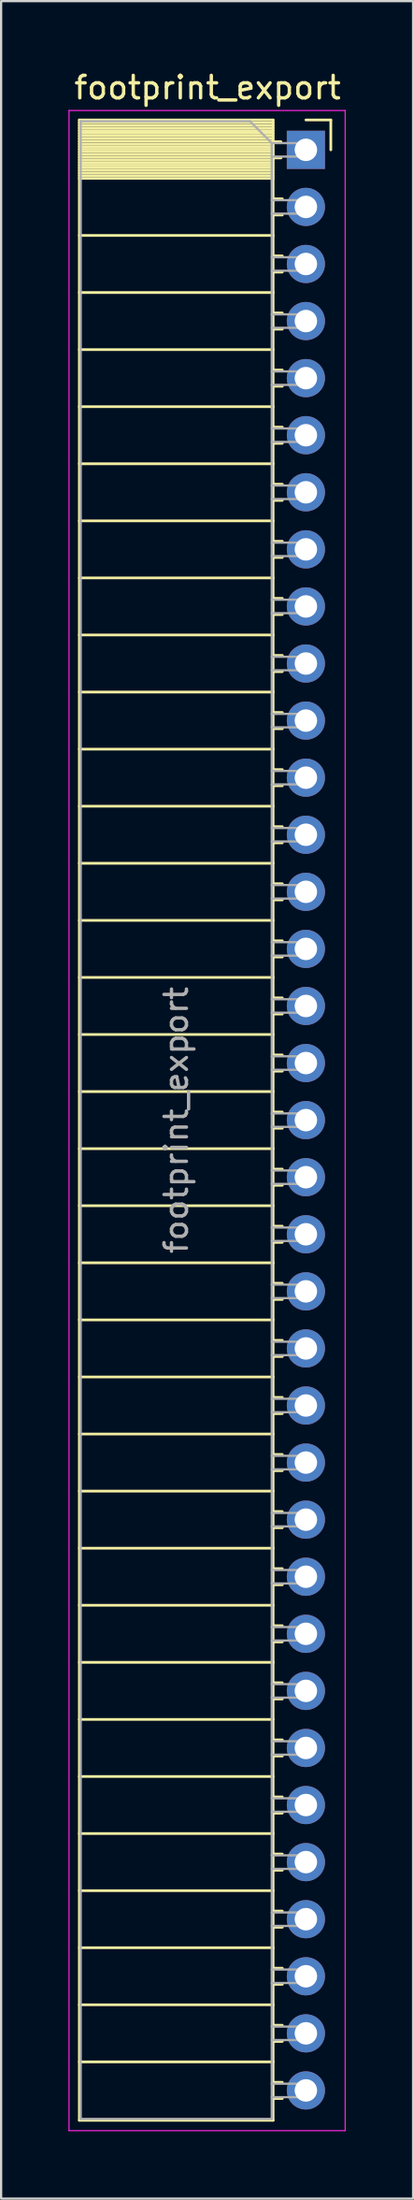
<source format=kicad_pcb>
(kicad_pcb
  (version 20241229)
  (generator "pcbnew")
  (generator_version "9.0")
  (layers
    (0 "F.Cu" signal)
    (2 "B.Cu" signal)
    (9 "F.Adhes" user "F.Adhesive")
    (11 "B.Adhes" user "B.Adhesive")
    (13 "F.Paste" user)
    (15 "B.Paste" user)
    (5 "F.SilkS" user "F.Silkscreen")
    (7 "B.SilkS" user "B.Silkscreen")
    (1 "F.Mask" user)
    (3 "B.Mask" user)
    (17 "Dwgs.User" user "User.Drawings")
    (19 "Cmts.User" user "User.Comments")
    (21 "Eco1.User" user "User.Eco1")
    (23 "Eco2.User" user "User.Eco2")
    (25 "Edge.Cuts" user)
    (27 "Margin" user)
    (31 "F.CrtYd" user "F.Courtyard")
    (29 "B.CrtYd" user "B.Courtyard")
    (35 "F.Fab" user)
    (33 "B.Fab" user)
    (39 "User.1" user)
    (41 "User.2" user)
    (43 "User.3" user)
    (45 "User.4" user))
  (footprint "footprint_export"
    (layer "F.Cu")
    (at 10.575 3.618)
    (property "Reference" "footprint_export" (at -4.38 -2.77 0) (layer "F.SilkS") (effects (font (size 1 1) (thickness 0.15))))
    (attr through_hole)
    (fp_line (start -10.09 -1.33) (end -10.09 87.69) (stroke (width 0.12) (type solid)) (layer "F.SilkS"))
    (fp_line (start -10.09 -1.33) (end -1.46 -1.33) (stroke (width 0.12) (type solid)) (layer "F.SilkS"))
    (fp_line (start -10.09 -1.21) (end -1.46 -1.21) (stroke (width 0.12) (type solid)) (layer "F.SilkS"))
    (fp_line (start -10.09 -1.092) (end -1.46 -1.092) (stroke (width 0.12) (type solid)) (layer "F.SilkS"))
    (fp_line (start -10.09 -0.974) (end -1.46 -0.974) (stroke (width 0.12) (type solid)) (layer "F.SilkS"))
    (fp_line (start -10.09 -0.856) (end -1.46 -0.856) (stroke (width 0.12) (type solid)) (layer "F.SilkS"))
    (fp_line (start -10.09 -0.738) (end -1.46 -0.738) (stroke (width 0.12) (type solid)) (layer "F.SilkS"))
    (fp_line (start -10.09 -0.62) (end -1.46 -0.62) (stroke (width 0.12) (type solid)) (layer "F.SilkS"))
    (fp_line (start -10.09 -0.501) (end -1.46 -0.501) (stroke (width 0.12) (type solid)) (layer "F.SilkS"))
    (fp_line (start -10.09 -0.383) (end -1.46 -0.383) (stroke (width 0.12) (type solid)) (layer "F.SilkS"))
    (fp_line (start -10.09 -0.265) (end -1.46 -0.265) (stroke (width 0.12) (type solid)) (layer "F.SilkS"))
    (fp_line (start -10.09 -0.147) (end -1.46 -0.147) (stroke (width 0.12) (type solid)) (layer "F.SilkS"))
    (fp_line (start -10.09 -0.029) (end -1.46 -0.029) (stroke (width 0.12) (type solid)) (layer "F.SilkS"))
    (fp_line (start -10.09 0.089) (end -1.46 0.089) (stroke (width 0.12) (type solid)) (layer "F.SilkS"))
    (fp_line (start -10.09 0.207) (end -1.46 0.207) (stroke (width 0.12) (type solid)) (layer "F.SilkS"))
    (fp_line (start -10.09 0.325) (end -1.46 0.325) (stroke (width 0.12) (type solid)) (layer "F.SilkS"))
    (fp_line (start -10.09 0.443) (end -1.46 0.443) (stroke (width 0.12) (type solid)) (layer "F.SilkS"))
    (fp_line (start -10.09 0.561) (end -1.46 0.561) (stroke (width 0.12) (type solid)) (layer "F.SilkS"))
    (fp_line (start -10.09 0.68) (end -1.46 0.68) (stroke (width 0.12) (type solid)) (layer "F.SilkS"))
    (fp_line (start -10.09 0.798) (end -1.46 0.798) (stroke (width 0.12) (type solid)) (layer "F.SilkS"))
    (fp_line (start -10.09 0.916) (end -1.46 0.916) (stroke (width 0.12) (type solid)) (layer "F.SilkS"))
    (fp_line (start -10.09 1.034) (end -1.46 1.034) (stroke (width 0.12) (type solid)) (layer "F.SilkS"))
    (fp_line (start -10.09 1.152) (end -1.46 1.152) (stroke (width 0.12) (type solid)) (layer "F.SilkS"))
    (fp_line (start -10.09 1.27) (end -1.46 1.27) (stroke (width 0.12) (type solid)) (layer "F.SilkS"))
    (fp_line (start -10.09 3.81) (end -1.46 3.81) (stroke (width 0.12) (type solid)) (layer "F.SilkS"))
    (fp_line (start -10.09 6.35) (end -1.46 6.35) (stroke (width 0.12) (type solid)) (layer "F.SilkS"))
    (fp_line (start -10.09 8.89) (end -1.46 8.89) (stroke (width 0.12) (type solid)) (layer "F.SilkS"))
    (fp_line (start -10.09 11.43) (end -1.46 11.43) (stroke (width 0.12) (type solid)) (layer "F.SilkS"))
    (fp_line (start -10.09 13.97) (end -1.46 13.97) (stroke (width 0.12) (type solid)) (layer "F.SilkS"))
    (fp_line (start -10.09 16.51) (end -1.46 16.51) (stroke (width 0.12) (type solid)) (layer "F.SilkS"))
    (fp_line (start -10.09 19.05) (end -1.46 19.05) (stroke (width 0.12) (type solid)) (layer "F.SilkS"))
    (fp_line (start -10.09 21.59) (end -1.46 21.59) (stroke (width 0.12) (type solid)) (layer "F.SilkS"))
    (fp_line (start -10.09 24.13) (end -1.46 24.13) (stroke (width 0.12) (type solid)) (layer "F.SilkS"))
    (fp_line (start -10.09 26.67) (end -1.46 26.67) (stroke (width 0.12) (type solid)) (layer "F.SilkS"))
    (fp_line (start -10.09 29.21) (end -1.46 29.21) (stroke (width 0.12) (type solid)) (layer "F.SilkS"))
    (fp_line (start -10.09 31.75) (end -1.46 31.75) (stroke (width 0.12) (type solid)) (layer "F.SilkS"))
    (fp_line (start -10.09 34.29) (end -1.46 34.29) (stroke (width 0.12) (type solid)) (layer "F.SilkS"))
    (fp_line (start -10.09 36.83) (end -1.46 36.83) (stroke (width 0.12) (type solid)) (layer "F.SilkS"))
    (fp_line (start -10.09 39.37) (end -1.46 39.37) (stroke (width 0.12) (type solid)) (layer "F.SilkS"))
    (fp_line (start -10.09 41.91) (end -1.46 41.91) (stroke (width 0.12) (type solid)) (layer "F.SilkS"))
    (fp_line (start -10.09 44.45) (end -1.46 44.45) (stroke (width 0.12) (type solid)) (layer "F.SilkS"))
    (fp_line (start -10.09 46.99) (end -1.46 46.99) (stroke (width 0.12) (type solid)) (layer "F.SilkS"))
    (fp_line (start -10.09 49.53) (end -1.46 49.53) (stroke (width 0.12) (type solid)) (layer "F.SilkS"))
    (fp_line (start -10.09 52.07) (end -1.46 52.07) (stroke (width 0.12) (type solid)) (layer "F.SilkS"))
    (fp_line (start -10.09 54.61) (end -1.46 54.61) (stroke (width 0.12) (type solid)) (layer "F.SilkS"))
    (fp_line (start -10.09 57.15) (end -1.46 57.15) (stroke (width 0.12) (type solid)) (layer "F.SilkS"))
    (fp_line (start -10.09 59.69) (end -1.46 59.69) (stroke (width 0.12) (type solid)) (layer "F.SilkS"))
    (fp_line (start -10.09 62.23) (end -1.46 62.23) (stroke (width 0.12) (type solid)) (layer "F.SilkS"))
    (fp_line (start -10.09 64.77) (end -1.46 64.77) (stroke (width 0.12) (type solid)) (layer "F.SilkS"))
    (fp_line (start -10.09 67.31) (end -1.46 67.31) (stroke (width 0.12) (type solid)) (layer "F.SilkS"))
    (fp_line (start -10.09 69.85) (end -1.46 69.85) (stroke (width 0.12) (type solid)) (layer "F.SilkS"))
    (fp_line (start -10.09 72.39) (end -1.46 72.39) (stroke (width 0.12) (type solid)) (layer "F.SilkS"))
    (fp_line (start -10.09 74.93) (end -1.46 74.93) (stroke (width 0.12) (type solid)) (layer "F.SilkS"))
    (fp_line (start -10.09 77.47) (end -1.46 77.47) (stroke (width 0.12) (type solid)) (layer "F.SilkS"))
    (fp_line (start -10.09 80.01) (end -1.46 80.01) (stroke (width 0.12) (type solid)) (layer "F.SilkS"))
    (fp_line (start -10.09 82.55) (end -1.46 82.55) (stroke (width 0.12) (type solid)) (layer "F.SilkS"))
    (fp_line (start -10.09 85.09) (end -1.46 85.09) (stroke (width 0.12) (type solid)) (layer "F.SilkS"))
    (fp_line (start -10.09 87.69) (end -1.46 87.69) (stroke (width 0.12) (type solid)) (layer "F.SilkS"))
    (fp_line (start -1.46 -1.33) (end -1.46 87.69) (stroke (width 0.12) (type solid)) (layer "F.SilkS"))
    (fp_line (start -1.46 -0.36) (end -1.11 -0.36) (stroke (width 0.12) (type solid)) (layer "F.SilkS"))
    (fp_line (start -1.46 0.36) (end -1.11 0.36) (stroke (width 0.12) (type solid)) (layer "F.SilkS"))
    (fp_line (start -1.46 2.18) (end -1.05 2.18) (stroke (width 0.12) (type solid)) (layer "F.SilkS"))
    (fp_line (start -1.46 2.9) (end -1.05 2.9) (stroke (width 0.12) (type solid)) (layer "F.SilkS"))
    (fp_line (start -1.46 4.72) (end -1.05 4.72) (stroke (width 0.12) (type solid)) (layer "F.SilkS"))
    (fp_line (start -1.46 5.44) (end -1.05 5.44) (stroke (width 0.12) (type solid)) (layer "F.SilkS"))
    (fp_line (start -1.46 7.26) (end -1.05 7.26) (stroke (width 0.12) (type solid)) (layer "F.SilkS"))
    (fp_line (start -1.46 7.98) (end -1.05 7.98) (stroke (width 0.12) (type solid)) (layer "F.SilkS"))
    (fp_line (start -1.46 9.8) (end -1.05 9.8) (stroke (width 0.12) (type solid)) (layer "F.SilkS"))
    (fp_line (start -1.46 10.52) (end -1.05 10.52) (stroke (width 0.12) (type solid)) (layer "F.SilkS"))
    (fp_line (start -1.46 12.34) (end -1.05 12.34) (stroke (width 0.12) (type solid)) (layer "F.SilkS"))
    (fp_line (start -1.46 13.06) (end -1.05 13.06) (stroke (width 0.12) (type solid)) (layer "F.SilkS"))
    (fp_line (start -1.46 14.88) (end -1.05 14.88) (stroke (width 0.12) (type solid)) (layer "F.SilkS"))
    (fp_line (start -1.46 15.6) (end -1.05 15.6) (stroke (width 0.12) (type solid)) (layer "F.SilkS"))
    (fp_line (start -1.46 17.42) (end -1.05 17.42) (stroke (width 0.12) (type solid)) (layer "F.SilkS"))
    (fp_line (start -1.46 18.14) (end -1.05 18.14) (stroke (width 0.12) (type solid)) (layer "F.SilkS"))
    (fp_line (start -1.46 19.96) (end -1.05 19.96) (stroke (width 0.12) (type solid)) (layer "F.SilkS"))
    (fp_line (start -1.46 20.68) (end -1.05 20.68) (stroke (width 0.12) (type solid)) (layer "F.SilkS"))
    (fp_line (start -1.46 22.5) (end -1.05 22.5) (stroke (width 0.12) (type solid)) (layer "F.SilkS"))
    (fp_line (start -1.46 23.22) (end -1.05 23.22) (stroke (width 0.12) (type solid)) (layer "F.SilkS"))
    (fp_line (start -1.46 25.04) (end -1.05 25.04) (stroke (width 0.12) (type solid)) (layer "F.SilkS"))
    (fp_line (start -1.46 25.76) (end -1.05 25.76) (stroke (width 0.12) (type solid)) (layer "F.SilkS"))
    (fp_line (start -1.46 27.58) (end -1.05 27.58) (stroke (width 0.12) (type solid)) (layer "F.SilkS"))
    (fp_line (start -1.46 28.3) (end -1.05 28.3) (stroke (width 0.12) (type solid)) (layer "F.SilkS"))
    (fp_line (start -1.46 30.12) (end -1.05 30.12) (stroke (width 0.12) (type solid)) (layer "F.SilkS"))
    (fp_line (start -1.46 30.84) (end -1.05 30.84) (stroke (width 0.12) (type solid)) (layer "F.SilkS"))
    (fp_line (start -1.46 32.66) (end -1.05 32.66) (stroke (width 0.12) (type solid)) (layer "F.SilkS"))
    (fp_line (start -1.46 33.38) (end -1.05 33.38) (stroke (width 0.12) (type solid)) (layer "F.SilkS"))
    (fp_line (start -1.46 35.2) (end -1.05 35.2) (stroke (width 0.12) (type solid)) (layer "F.SilkS"))
    (fp_line (start -1.46 35.92) (end -1.05 35.92) (stroke (width 0.12) (type solid)) (layer "F.SilkS"))
    (fp_line (start -1.46 37.74) (end -1.05 37.74) (stroke (width 0.12) (type solid)) (layer "F.SilkS"))
    (fp_line (start -1.46 38.46) (end -1.05 38.46) (stroke (width 0.12) (type solid)) (layer "F.SilkS"))
    (fp_line (start -1.46 40.28) (end -1.05 40.28) (stroke (width 0.12) (type solid)) (layer "F.SilkS"))
    (fp_line (start -1.46 41) (end -1.05 41) (stroke (width 0.12) (type solid)) (layer "F.SilkS"))
    (fp_line (start -1.46 42.82) (end -1.05 42.82) (stroke (width 0.12) (type solid)) (layer "F.SilkS"))
    (fp_line (start -1.46 43.54) (end -1.05 43.54) (stroke (width 0.12) (type solid)) (layer "F.SilkS"))
    (fp_line (start -1.46 45.36) (end -1.05 45.36) (stroke (width 0.12) (type solid)) (layer "F.SilkS"))
    (fp_line (start -1.46 46.08) (end -1.05 46.08) (stroke (width 0.12) (type solid)) (layer "F.SilkS"))
    (fp_line (start -1.46 47.9) (end -1.05 47.9) (stroke (width 0.12) (type solid)) (layer "F.SilkS"))
    (fp_line (start -1.46 48.62) (end -1.05 48.62) (stroke (width 0.12) (type solid)) (layer "F.SilkS"))
    (fp_line (start -1.46 50.44) (end -1.05 50.44) (stroke (width 0.12) (type solid)) (layer "F.SilkS"))
    (fp_line (start -1.46 51.16) (end -1.05 51.16) (stroke (width 0.12) (type solid)) (layer "F.SilkS"))
    (fp_line (start -1.46 52.98) (end -1.05 52.98) (stroke (width 0.12) (type solid)) (layer "F.SilkS"))
    (fp_line (start -1.46 53.7) (end -1.05 53.7) (stroke (width 0.12) (type solid)) (layer "F.SilkS"))
    (fp_line (start -1.46 55.52) (end -1.05 55.52) (stroke (width 0.12) (type solid)) (layer "F.SilkS"))
    (fp_line (start -1.46 56.24) (end -1.05 56.24) (stroke (width 0.12) (type solid)) (layer "F.SilkS"))
    (fp_line (start -1.46 58.06) (end -1.05 58.06) (stroke (width 0.12) (type solid)) (layer "F.SilkS"))
    (fp_line (start -1.46 58.78) (end -1.05 58.78) (stroke (width 0.12) (type solid)) (layer "F.SilkS"))
    (fp_line (start -1.46 60.6) (end -1.05 60.6) (stroke (width 0.12) (type solid)) (layer "F.SilkS"))
    (fp_line (start -1.46 61.32) (end -1.05 61.32) (stroke (width 0.12) (type solid)) (layer "F.SilkS"))
    (fp_line (start -1.46 63.14) (end -1.05 63.14) (stroke (width 0.12) (type solid)) (layer "F.SilkS"))
    (fp_line (start -1.46 63.86) (end -1.05 63.86) (stroke (width 0.12) (type solid)) (layer "F.SilkS"))
    (fp_line (start -1.46 65.68) (end -1.05 65.68) (stroke (width 0.12) (type solid)) (layer "F.SilkS"))
    (fp_line (start -1.46 66.4) (end -1.05 66.4) (stroke (width 0.12) (type solid)) (layer "F.SilkS"))
    (fp_line (start -1.46 68.22) (end -1.05 68.22) (stroke (width 0.12) (type solid)) (layer "F.SilkS"))
    (fp_line (start -1.46 68.94) (end -1.05 68.94) (stroke (width 0.12) (type solid)) (layer "F.SilkS"))
    (fp_line (start -1.46 70.76) (end -1.05 70.76) (stroke (width 0.12) (type solid)) (layer "F.SilkS"))
    (fp_line (start -1.46 71.48) (end -1.05 71.48) (stroke (width 0.12) (type solid)) (layer "F.SilkS"))
    (fp_line (start -1.46 73.3) (end -1.05 73.3) (stroke (width 0.12) (type solid)) (layer "F.SilkS"))
    (fp_line (start -1.46 74.02) (end -1.05 74.02) (stroke (width 0.12) (type solid)) (layer "F.SilkS"))
    (fp_line (start -1.46 75.84) (end -1.05 75.84) (stroke (width 0.12) (type solid)) (layer "F.SilkS"))
    (fp_line (start -1.46 76.56) (end -1.05 76.56) (stroke (width 0.12) (type solid)) (layer "F.SilkS"))
    (fp_line (start -1.46 78.38) (end -1.05 78.38) (stroke (width 0.12) (type solid)) (layer "F.SilkS"))
    (fp_line (start -1.46 79.1) (end -1.05 79.1) (stroke (width 0.12) (type solid)) (layer "F.SilkS"))
    (fp_line (start -1.46 80.92) (end -1.05 80.92) (stroke (width 0.12) (type solid)) (layer "F.SilkS"))
    (fp_line (start -1.46 81.64) (end -1.05 81.64) (stroke (width 0.12) (type solid)) (layer "F.SilkS"))
    (fp_line (start -1.46 83.46) (end -1.05 83.46) (stroke (width 0.12) (type solid)) (layer "F.SilkS"))
    (fp_line (start -1.46 84.18) (end -1.05 84.18) (stroke (width 0.12) (type solid)) (layer "F.SilkS"))
    (fp_line (start -1.46 86) (end -1.05 86) (stroke (width 0.12) (type solid)) (layer "F.SilkS"))
    (fp_line (start -1.46 86.72) (end -1.05 86.72) (stroke (width 0.12) (type solid)) (layer "F.SilkS"))
    (fp_line (start 0 -1.33) (end 1.11 -1.33) (stroke (width 0.12) (type solid)) (layer "F.SilkS"))
    (fp_line (start 1.11 -1.33) (end 1.11 0) (stroke (width 0.12) (type solid)) (layer "F.SilkS"))
    (fp_line (start -10.55 -1.75) (end -10.55 88.15) (stroke (width 0.05) (type solid)) (layer "F.CrtYd"))
    (fp_line (start -10.55 88.15) (end 1.75 88.15) (stroke (width 0.05) (type solid)) (layer "F.CrtYd"))
    (fp_line (start 1.75 -1.75) (end -10.55 -1.75) (stroke (width 0.05) (type solid)) (layer "F.CrtYd"))
    (fp_line (start 1.75 88.15) (end 1.75 -1.75) (stroke (width 0.05) (type solid)) (layer "F.CrtYd"))
    (fp_line (start -10.03 -1.27) (end -2.49 -1.27) (stroke (width 0.1) (type solid)) (layer "F.Fab"))
    (fp_line (start -10.03 87.63) (end -10.03 -1.27) (stroke (width 0.1) (type solid)) (layer "F.Fab"))
    (fp_line (start -2.49 -1.27) (end -1.52 -0.3) (stroke (width 0.1) (type solid)) (layer "F.Fab"))
    (fp_line (start -1.52 -0.3) (end -1.52 87.63) (stroke (width 0.1) (type solid)) (layer "F.Fab"))
    (fp_line (start -1.52 0.3) (end 0 0.3) (stroke (width 0.1) (type solid)) (layer "F.Fab"))
    (fp_line (start -1.52 2.84) (end 0 2.84) (stroke (width 0.1) (type solid)) (layer "F.Fab"))
    (fp_line (start -1.52 5.38) (end 0 5.38) (stroke (width 0.1) (type solid)) (layer "F.Fab"))
    (fp_line (start -1.52 7.92) (end 0 7.92) (stroke (width 0.1) (type solid)) (layer "F.Fab"))
    (fp_line (start -1.52 10.46) (end 0 10.46) (stroke (width 0.1) (type solid)) (layer "F.Fab"))
    (fp_line (start -1.52 13) (end 0 13) (stroke (width 0.1) (type solid)) (layer "F.Fab"))
    (fp_line (start -1.52 15.54) (end 0 15.54) (stroke (width 0.1) (type solid)) (layer "F.Fab"))
    (fp_line (start -1.52 18.08) (end 0 18.08) (stroke (width 0.1) (type solid)) (layer "F.Fab"))
    (fp_line (start -1.52 20.62) (end 0 20.62) (stroke (width 0.1) (type solid)) (layer "F.Fab"))
    (fp_line (start -1.52 23.16) (end 0 23.16) (stroke (width 0.1) (type solid)) (layer "F.Fab"))
    (fp_line (start -1.52 25.7) (end 0 25.7) (stroke (width 0.1) (type solid)) (layer "F.Fab"))
    (fp_line (start -1.52 28.24) (end 0 28.24) (stroke (width 0.1) (type solid)) (layer "F.Fab"))
    (fp_line (start -1.52 30.78) (end 0 30.78) (stroke (width 0.1) (type solid)) (layer "F.Fab"))
    (fp_line (start -1.52 33.32) (end 0 33.32) (stroke (width 0.1) (type solid)) (layer "F.Fab"))
    (fp_line (start -1.52 35.86) (end 0 35.86) (stroke (width 0.1) (type solid)) (layer "F.Fab"))
    (fp_line (start -1.52 38.4) (end 0 38.4) (stroke (width 0.1) (type solid)) (layer "F.Fab"))
    (fp_line (start -1.52 40.94) (end 0 40.94) (stroke (width 0.1) (type solid)) (layer "F.Fab"))
    (fp_line (start -1.52 43.48) (end 0 43.48) (stroke (width 0.1) (type solid)) (layer "F.Fab"))
    (fp_line (start -1.52 46.02) (end 0 46.02) (stroke (width 0.1) (type solid)) (layer "F.Fab"))
    (fp_line (start -1.52 48.56) (end 0 48.56) (stroke (width 0.1) (type solid)) (layer "F.Fab"))
    (fp_line (start -1.52 51.1) (end 0 51.1) (stroke (width 0.1) (type solid)) (layer "F.Fab"))
    (fp_line (start -1.52 53.64) (end 0 53.64) (stroke (width 0.1) (type solid)) (layer "F.Fab"))
    (fp_line (start -1.52 56.18) (end 0 56.18) (stroke (width 0.1) (type solid)) (layer "F.Fab"))
    (fp_line (start -1.52 58.72) (end 0 58.72) (stroke (width 0.1) (type solid)) (layer "F.Fab"))
    (fp_line (start -1.52 61.26) (end 0 61.26) (stroke (width 0.1) (type solid)) (layer "F.Fab"))
    (fp_line (start -1.52 63.8) (end 0 63.8) (stroke (width 0.1) (type solid)) (layer "F.Fab"))
    (fp_line (start -1.52 66.34) (end 0 66.34) (stroke (width 0.1) (type solid)) (layer "F.Fab"))
    (fp_line (start -1.52 68.88) (end 0 68.88) (stroke (width 0.1) (type solid)) (layer "F.Fab"))
    (fp_line (start -1.52 71.42) (end 0 71.42) (stroke (width 0.1) (type solid)) (layer "F.Fab"))
    (fp_line (start -1.52 73.96) (end 0 73.96) (stroke (width 0.1) (type solid)) (layer "F.Fab"))
    (fp_line (start -1.52 76.5) (end 0 76.5) (stroke (width 0.1) (type solid)) (layer "F.Fab"))
    (fp_line (start -1.52 79.04) (end 0 79.04) (stroke (width 0.1) (type solid)) (layer "F.Fab"))
    (fp_line (start -1.52 81.58) (end 0 81.58) (stroke (width 0.1) (type solid)) (layer "F.Fab"))
    (fp_line (start -1.52 84.12) (end 0 84.12) (stroke (width 0.1) (type solid)) (layer "F.Fab"))
    (fp_line (start -1.52 86.66) (end 0 86.66) (stroke (width 0.1) (type solid)) (layer "F.Fab"))
    (fp_line (start -1.52 87.63) (end -10.03 87.63) (stroke (width 0.1) (type solid)) (layer "F.Fab"))
    (fp_line (start 0 -0.3) (end -1.52 -0.3) (stroke (width 0.1) (type solid)) (layer "F.Fab"))
    (fp_line (start 0 0.3) (end 0 -0.3) (stroke (width 0.1) (type solid)) (layer "F.Fab"))
    (fp_line (start 0 2.24) (end -1.52 2.24) (stroke (width 0.1) (type solid)) (layer "F.Fab"))
    (fp_line (start 0 2.84) (end 0 2.24) (stroke (width 0.1) (type solid)) (layer "F.Fab"))
    (fp_line (start 0 4.78) (end -1.52 4.78) (stroke (width 0.1) (type solid)) (layer "F.Fab"))
    (fp_line (start 0 5.38) (end 0 4.78) (stroke (width 0.1) (type solid)) (layer "F.Fab"))
    (fp_line (start 0 7.32) (end -1.52 7.32) (stroke (width 0.1) (type solid)) (layer "F.Fab"))
    (fp_line (start 0 7.92) (end 0 7.32) (stroke (width 0.1) (type solid)) (layer "F.Fab"))
    (fp_line (start 0 9.86) (end -1.52 9.86) (stroke (width 0.1) (type solid)) (layer "F.Fab"))
    (fp_line (start 0 10.46) (end 0 9.86) (stroke (width 0.1) (type solid)) (layer "F.Fab"))
    (fp_line (start 0 12.4) (end -1.52 12.4) (stroke (width 0.1) (type solid)) (layer "F.Fab"))
    (fp_line (start 0 13) (end 0 12.4) (stroke (width 0.1) (type solid)) (layer "F.Fab"))
    (fp_line (start 0 14.94) (end -1.52 14.94) (stroke (width 0.1) (type solid)) (layer "F.Fab"))
    (fp_line (start 0 15.54) (end 0 14.94) (stroke (width 0.1) (type solid)) (layer "F.Fab"))
    (fp_line (start 0 17.48) (end -1.52 17.48) (stroke (width 0.1) (type solid)) (layer "F.Fab"))
    (fp_line (start 0 18.08) (end 0 17.48) (stroke (width 0.1) (type solid)) (layer "F.Fab"))
    (fp_line (start 0 20.02) (end -1.52 20.02) (stroke (width 0.1) (type solid)) (layer "F.Fab"))
    (fp_line (start 0 20.62) (end 0 20.02) (stroke (width 0.1) (type solid)) (layer "F.Fab"))
    (fp_line (start 0 22.56) (end -1.52 22.56) (stroke (width 0.1) (type solid)) (layer "F.Fab"))
    (fp_line (start 0 23.16) (end 0 22.56) (stroke (width 0.1) (type solid)) (layer "F.Fab"))
    (fp_line (start 0 25.1) (end -1.52 25.1) (stroke (width 0.1) (type solid)) (layer "F.Fab"))
    (fp_line (start 0 25.7) (end 0 25.1) (stroke (width 0.1) (type solid)) (layer "F.Fab"))
    (fp_line (start 0 27.64) (end -1.52 27.64) (stroke (width 0.1) (type solid)) (layer "F.Fab"))
    (fp_line (start 0 28.24) (end 0 27.64) (stroke (width 0.1) (type solid)) (layer "F.Fab"))
    (fp_line (start 0 30.18) (end -1.52 30.18) (stroke (width 0.1) (type solid)) (layer "F.Fab"))
    (fp_line (start 0 30.78) (end 0 30.18) (stroke (width 0.1) (type solid)) (layer "F.Fab"))
    (fp_line (start 0 32.72) (end -1.52 32.72) (stroke (width 0.1) (type solid)) (layer "F.Fab"))
    (fp_line (start 0 33.32) (end 0 32.72) (stroke (width 0.1) (type solid)) (layer "F.Fab"))
    (fp_line (start 0 35.26) (end -1.52 35.26) (stroke (width 0.1) (type solid)) (layer "F.Fab"))
    (fp_line (start 0 35.86) (end 0 35.26) (stroke (width 0.1) (type solid)) (layer "F.Fab"))
    (fp_line (start 0 37.8) (end -1.52 37.8) (stroke (width 0.1) (type solid)) (layer "F.Fab"))
    (fp_line (start 0 38.4) (end 0 37.8) (stroke (width 0.1) (type solid)) (layer "F.Fab"))
    (fp_line (start 0 40.34) (end -1.52 40.34) (stroke (width 0.1) (type solid)) (layer "F.Fab"))
    (fp_line (start 0 40.94) (end 0 40.34) (stroke (width 0.1) (type solid)) (layer "F.Fab"))
    (fp_line (start 0 42.88) (end -1.52 42.88) (stroke (width 0.1) (type solid)) (layer "F.Fab"))
    (fp_line (start 0 43.48) (end 0 42.88) (stroke (width 0.1) (type solid)) (layer "F.Fab"))
    (fp_line (start 0 45.42) (end -1.52 45.42) (stroke (width 0.1) (type solid)) (layer "F.Fab"))
    (fp_line (start 0 46.02) (end 0 45.42) (stroke (width 0.1) (type solid)) (layer "F.Fab"))
    (fp_line (start 0 47.96) (end -1.52 47.96) (stroke (width 0.1) (type solid)) (layer "F.Fab"))
    (fp_line (start 0 48.56) (end 0 47.96) (stroke (width 0.1) (type solid)) (layer "F.Fab"))
    (fp_line (start 0 50.5) (end -1.52 50.5) (stroke (width 0.1) (type solid)) (layer "F.Fab"))
    (fp_line (start 0 51.1) (end 0 50.5) (stroke (width 0.1) (type solid)) (layer "F.Fab"))
    (fp_line (start 0 53.04) (end -1.52 53.04) (stroke (width 0.1) (type solid)) (layer "F.Fab"))
    (fp_line (start 0 53.64) (end 0 53.04) (stroke (width 0.1) (type solid)) (layer "F.Fab"))
    (fp_line (start 0 55.58) (end -1.52 55.58) (stroke (width 0.1) (type solid)) (layer "F.Fab"))
    (fp_line (start 0 56.18) (end 0 55.58) (stroke (width 0.1) (type solid)) (layer "F.Fab"))
    (fp_line (start 0 58.12) (end -1.52 58.12) (stroke (width 0.1) (type solid)) (layer "F.Fab"))
    (fp_line (start 0 58.72) (end 0 58.12) (stroke (width 0.1) (type solid)) (layer "F.Fab"))
    (fp_line (start 0 60.66) (end -1.52 60.66) (stroke (width 0.1) (type solid)) (layer "F.Fab"))
    (fp_line (start 0 61.26) (end 0 60.66) (stroke (width 0.1) (type solid)) (layer "F.Fab"))
    (fp_line (start 0 63.2) (end -1.52 63.2) (stroke (width 0.1) (type solid)) (layer "F.Fab"))
    (fp_line (start 0 63.8) (end 0 63.2) (stroke (width 0.1) (type solid)) (layer "F.Fab"))
    (fp_line (start 0 65.74) (end -1.52 65.74) (stroke (width 0.1) (type solid)) (layer "F.Fab"))
    (fp_line (start 0 66.34) (end 0 65.74) (stroke (width 0.1) (type solid)) (layer "F.Fab"))
    (fp_line (start 0 68.28) (end -1.52 68.28) (stroke (width 0.1) (type solid)) (layer "F.Fab"))
    (fp_line (start 0 68.88) (end 0 68.28) (stroke (width 0.1) (type solid)) (layer "F.Fab"))
    (fp_line (start 0 70.82) (end -1.52 70.82) (stroke (width 0.1) (type solid)) (layer "F.Fab"))
    (fp_line (start 0 71.42) (end 0 70.82) (stroke (width 0.1) (type solid)) (layer "F.Fab"))
    (fp_line (start 0 73.36) (end -1.52 73.36) (stroke (width 0.1) (type solid)) (layer "F.Fab"))
    (fp_line (start 0 73.96) (end 0 73.36) (stroke (width 0.1) (type solid)) (layer "F.Fab"))
    (fp_line (start 0 75.9) (end -1.52 75.9) (stroke (width 0.1) (type solid)) (layer "F.Fab"))
    (fp_line (start 0 76.5) (end 0 75.9) (stroke (width 0.1) (type solid)) (layer "F.Fab"))
    (fp_line (start 0 78.44) (end -1.52 78.44) (stroke (width 0.1) (type solid)) (layer "F.Fab"))
    (fp_line (start 0 79.04) (end 0 78.44) (stroke (width 0.1) (type solid)) (layer "F.Fab"))
    (fp_line (start 0 80.98) (end -1.52 80.98) (stroke (width 0.1) (type solid)) (layer "F.Fab"))
    (fp_line (start 0 81.58) (end 0 80.98) (stroke (width 0.1) (type solid)) (layer "F.Fab"))
    (fp_line (start 0 83.52) (end -1.52 83.52) (stroke (width 0.1) (type solid)) (layer "F.Fab"))
    (fp_line (start 0 84.12) (end 0 83.52) (stroke (width 0.1) (type solid)) (layer "F.Fab"))
    (fp_line (start 0 86.06) (end -1.52 86.06) (stroke (width 0.1) (type solid)) (layer "F.Fab"))
    (fp_line (start 0 86.66) (end 0 86.06) (stroke (width 0.1) (type solid)) (layer "F.Fab"))
    (fp_text user "${REFERENCE}" (at -5.775 43.18 90) (layer "F.Fab") (effects (font (size 1 1) (thickness 0.15))))
    (pad "1" thru_hole rect (at 0 0) (size 1.7 1.7) (drill 1) (layers "*.Cu" "*.Mask"))
    (pad "2" thru_hole oval (at 0 2.54) (size 1.7 1.7) (drill 1) (layers "*.Cu" "*.Mask"))
    (pad "3" thru_hole oval (at 0 5.08) (size 1.7 1.7) (drill 1) (layers "*.Cu" "*.Mask"))
    (pad "4" thru_hole oval (at 0 7.62) (size 1.7 1.7) (drill 1) (layers "*.Cu" "*.Mask"))
    (pad "5" thru_hole oval (at 0 10.16) (size 1.7 1.7) (drill 1) (layers "*.Cu" "*.Mask"))
    (pad "6" thru_hole oval (at 0 12.7) (size 1.7 1.7) (drill 1) (layers "*.Cu" "*.Mask"))
    (pad "7" thru_hole oval (at 0 15.24) (size 1.7 1.7) (drill 1) (layers "*.Cu" "*.Mask"))
    (pad "8" thru_hole oval (at 0 17.78) (size 1.7 1.7) (drill 1) (layers "*.Cu" "*.Mask"))
    (pad "9" thru_hole oval (at 0 20.32) (size 1.7 1.7) (drill 1) (layers "*.Cu" "*.Mask"))
    (pad "10" thru_hole oval (at 0 22.86) (size 1.7 1.7) (drill 1) (layers "*.Cu" "*.Mask"))
    (pad "11" thru_hole oval (at 0 25.4) (size 1.7 1.7) (drill 1) (layers "*.Cu" "*.Mask"))
    (pad "12" thru_hole oval (at 0 27.94) (size 1.7 1.7) (drill 1) (layers "*.Cu" "*.Mask"))
    (pad "13" thru_hole oval (at 0 30.48) (size 1.7 1.7) (drill 1) (layers "*.Cu" "*.Mask"))
    (pad "14" thru_hole oval (at 0 33.02) (size 1.7 1.7) (drill 1) (layers "*.Cu" "*.Mask"))
    (pad "15" thru_hole oval (at 0 35.56) (size 1.7 1.7) (drill 1) (layers "*.Cu" "*.Mask"))
    (pad "16" thru_hole oval (at 0 38.1) (size 1.7 1.7) (drill 1) (layers "*.Cu" "*.Mask"))
    (pad "17" thru_hole oval (at 0 40.64) (size 1.7 1.7) (drill 1) (layers "*.Cu" "*.Mask"))
    (pad "18" thru_hole oval (at 0 43.18) (size 1.7 1.7) (drill 1) (layers "*.Cu" "*.Mask"))
    (pad "19" thru_hole oval (at 0 45.72) (size 1.7 1.7) (drill 1) (layers "*.Cu" "*.Mask"))
    (pad "20" thru_hole oval (at 0 48.26) (size 1.7 1.7) (drill 1) (layers "*.Cu" "*.Mask"))
    (pad "21" thru_hole oval (at 0 50.8) (size 1.7 1.7) (drill 1) (layers "*.Cu" "*.Mask"))
    (pad "22" thru_hole oval (at 0 53.34) (size 1.7 1.7) (drill 1) (layers "*.Cu" "*.Mask"))
    (pad "23" thru_hole oval (at 0 55.88) (size 1.7 1.7) (drill 1) (layers "*.Cu" "*.Mask"))
    (pad "24" thru_hole oval (at 0 58.42) (size 1.7 1.7) (drill 1) (layers "*.Cu" "*.Mask"))
    (pad "25" thru_hole oval (at 0 60.96) (size 1.7 1.7) (drill 1) (layers "*.Cu" "*.Mask"))
    (pad "26" thru_hole oval (at 0 63.5) (size 1.7 1.7) (drill 1) (layers "*.Cu" "*.Mask"))
    (pad "27" thru_hole oval (at 0 66.04) (size 1.7 1.7) (drill 1) (layers "*.Cu" "*.Mask"))
    (pad "28" thru_hole oval (at 0 68.58) (size 1.7 1.7) (drill 1) (layers "*.Cu" "*.Mask"))
    (pad "29" thru_hole oval (at 0 71.12) (size 1.7 1.7) (drill 1) (layers "*.Cu" "*.Mask"))
    (pad "30" thru_hole oval (at 0 73.66) (size 1.7 1.7) (drill 1) (layers "*.Cu" "*.Mask"))
    (pad "31" thru_hole oval (at 0 76.2) (size 1.7 1.7) (drill 1) (layers "*.Cu" "*.Mask"))
    (pad "32" thru_hole oval (at 0 78.74) (size 1.7 1.7) (drill 1) (layers "*.Cu" "*.Mask"))
    (pad "33" thru_hole oval (at 0 81.28) (size 1.7 1.7) (drill 1) (layers "*.Cu" "*.Mask"))
    (pad "34" thru_hole oval (at 0 83.82) (size 1.7 1.7) (drill 1) (layers "*.Cu" "*.Mask"))
    (pad "35" thru_hole oval (at 0 86.36) (size 1.7 1.7) (drill 1) (layers "*.Cu" "*.Mask")))
  (gr_rect
    (start -3 -3)
    (end 15.35 94.793)
    (stroke (width 0.1) (type default))
    (fill no)
    (layer "Edge.Cuts")))
</source>
